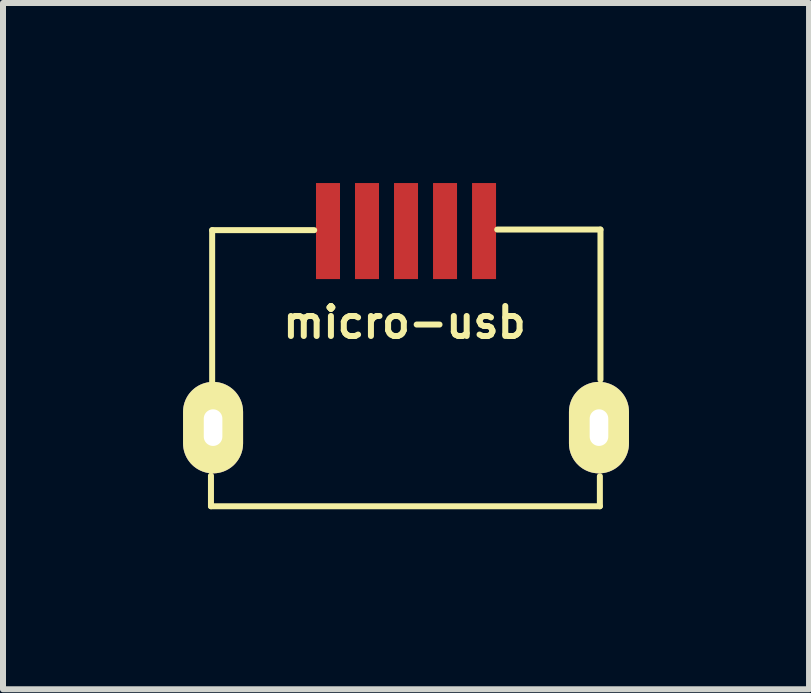
<source format=kicad_pcb>
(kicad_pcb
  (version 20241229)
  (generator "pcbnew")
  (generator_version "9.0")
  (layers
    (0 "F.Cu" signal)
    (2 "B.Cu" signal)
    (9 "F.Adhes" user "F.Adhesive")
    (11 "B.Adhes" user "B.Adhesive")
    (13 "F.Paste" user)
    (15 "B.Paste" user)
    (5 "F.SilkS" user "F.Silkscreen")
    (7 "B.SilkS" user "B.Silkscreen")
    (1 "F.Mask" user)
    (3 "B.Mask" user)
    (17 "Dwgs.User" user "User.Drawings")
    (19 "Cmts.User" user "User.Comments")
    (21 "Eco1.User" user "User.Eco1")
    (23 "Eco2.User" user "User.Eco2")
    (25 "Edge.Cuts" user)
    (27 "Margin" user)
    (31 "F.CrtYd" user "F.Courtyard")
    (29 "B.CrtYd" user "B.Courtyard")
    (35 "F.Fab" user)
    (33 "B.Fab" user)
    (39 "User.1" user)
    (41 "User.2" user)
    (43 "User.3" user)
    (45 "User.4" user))
  (footprint "micro-usb"
    (layer "F.Cu")
    (at 3.715 4.075)
    (property "Reference" "micro-usb" (at -0.025 -1.753 0) (layer "F.SilkS") (effects (font (size 0.5 0.5) (thickness 0.1))))
    (attr through_hole)
    (fp_line (start -3.25 0.8) (end -3.25 1.31) (stroke (width 0.1) (type solid)) (layer "F.SilkS"))
    (fp_line (start -3.25 1.31) (end 3.23 1.31) (stroke (width 0.1) (type solid)) (layer "F.SilkS"))
    (fp_line (start -3.23 -3.29) (end -1.53 -3.29) (stroke (width 0.1) (type solid)) (layer "F.SilkS"))
    (fp_line (start -3.23 -0.76) (end -3.23 -3.29) (stroke (width 0.1) (type solid)) (layer "F.SilkS"))
    (fp_line (start 3.23 1.31) (end 3.23 0.81) (stroke (width 0.1) (type solid)) (layer "F.SilkS"))
    (fp_line (start 3.24 -3.3) (end 1.52 -3.3) (stroke (width 0.1) (type solid)) (layer "F.SilkS"))
    (fp_line (start 3.24 -0.8) (end 3.24 -3.3) (stroke (width 0.1) (type solid)) (layer "F.SilkS"))
    (pad "" thru_hole oval (at -3.215 0) (size 1 1.524) (drill oval 0.31 0.61) (layers "*.Cu" "*.Mask" "F.SilkS"))
    (pad "" thru_hole oval (at 3.215 0) (size 1 1.524) (drill oval 0.31 0.61) (layers "*.Cu" "*.Mask" "F.SilkS"))
    (pad "1" smd rect (at -1.3 -3.275) (size 0.4 1.6) (layers "F.Cu" "F.Mask" "F.Paste"))
    (pad "2" smd rect (at -0.65 -3.275) (size 0.4 1.6) (layers "F.Cu" "F.Mask" "F.Paste"))
    (pad "3" smd rect (at 0 -3.275) (size 0.4 1.6) (layers "F.Cu" "F.Mask" "F.Paste"))
    (pad "4" smd rect (at 0.65 -3.275) (size 0.4 1.6) (layers "F.Cu" "F.Mask" "F.Paste"))
    (pad "5" smd rect (at 1.3 -3.275) (size 0.4 1.6) (layers "F.Cu" "F.Mask" "F.Paste")))
  (gr_rect
    (start -3 -3)
    (end 10.43 8.435)
    (stroke (width 0.1) (type default))
    (fill no)
    (layer "Edge.Cuts")))
</source>
